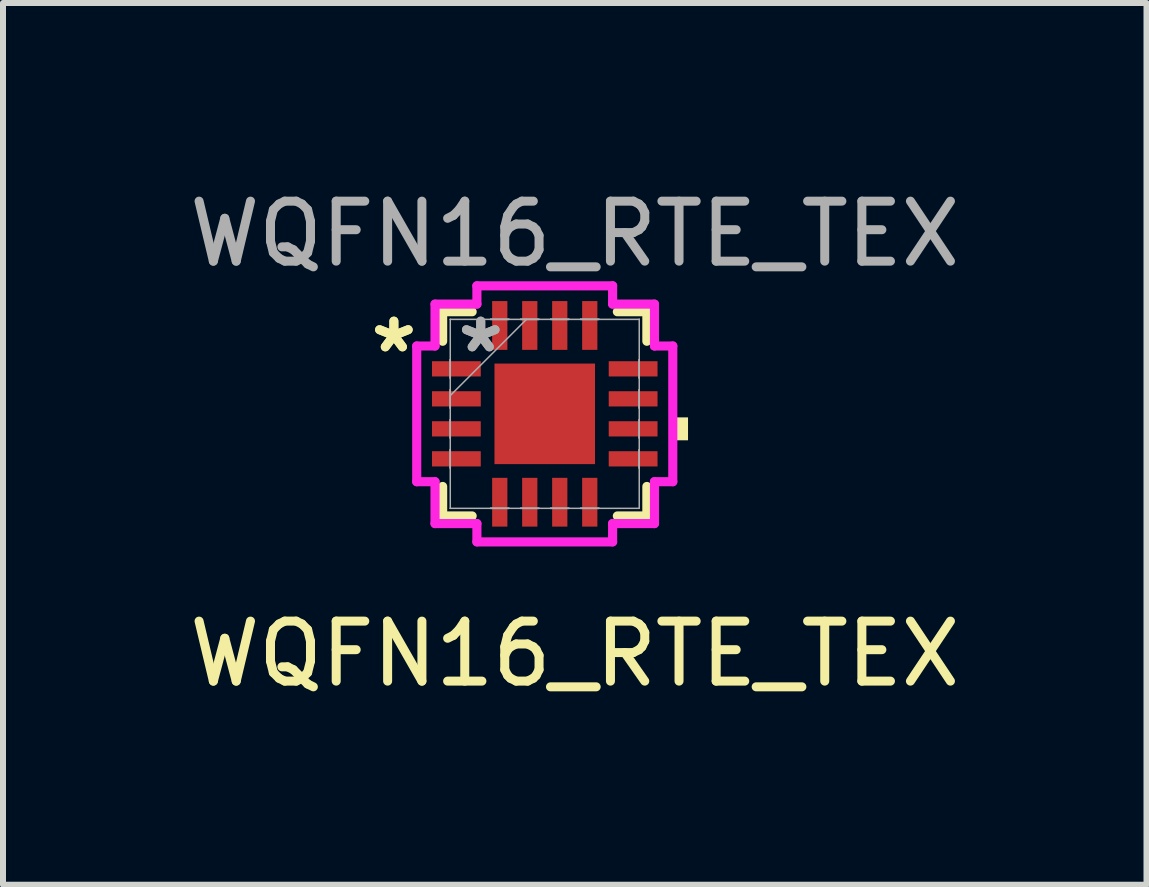
<source format=kicad_pcb>
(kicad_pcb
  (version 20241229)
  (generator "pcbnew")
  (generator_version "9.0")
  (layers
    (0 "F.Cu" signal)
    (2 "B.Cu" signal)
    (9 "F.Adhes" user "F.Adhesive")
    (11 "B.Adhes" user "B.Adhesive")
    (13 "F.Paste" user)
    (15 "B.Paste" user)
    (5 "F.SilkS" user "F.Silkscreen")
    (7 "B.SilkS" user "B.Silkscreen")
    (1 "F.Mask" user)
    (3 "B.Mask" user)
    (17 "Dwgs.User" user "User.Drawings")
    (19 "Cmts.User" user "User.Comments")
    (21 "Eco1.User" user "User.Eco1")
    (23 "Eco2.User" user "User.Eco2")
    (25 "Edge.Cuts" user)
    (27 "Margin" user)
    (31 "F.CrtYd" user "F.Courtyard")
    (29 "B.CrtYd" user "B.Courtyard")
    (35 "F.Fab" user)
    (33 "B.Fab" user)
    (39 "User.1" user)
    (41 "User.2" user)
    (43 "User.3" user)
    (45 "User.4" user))
  (footprint "WQFN16_RTE_TEX"
    (layer "F.Cu")
    (at 6.03 3.848)
    (property "Reference" "WQFN16_RTE_TEX" (at 0.5 4 0) (unlocked yes) (layer "F.SilkS") (effects (font (size 1 1) (thickness 0.15))))
    (attr smd)
    (fp_line (start -1.702 -1.702) (end -1.702 -1.21) (stroke (width 0.152) (type solid)) (layer "F.SilkS"))
    (fp_line (start -1.702 1.21) (end -1.702 1.702) (stroke (width 0.152) (type solid)) (layer "F.SilkS"))
    (fp_line (start -1.702 1.702) (end -1.21 1.702) (stroke (width 0.152) (type solid)) (layer "F.SilkS"))
    (fp_line (start -1.21 -1.702) (end -1.702 -1.702) (stroke (width 0.152) (type solid)) (layer "F.SilkS"))
    (fp_line (start 1.21 1.702) (end 1.702 1.702) (stroke (width 0.152) (type solid)) (layer "F.SilkS"))
    (fp_line (start 1.702 -1.702) (end 1.21 -1.702) (stroke (width 0.152) (type solid)) (layer "F.SilkS"))
    (fp_line (start 1.702 -1.21) (end 1.702 -1.702) (stroke (width 0.152) (type solid)) (layer "F.SilkS"))
    (fp_line (start 1.702 1.702) (end 1.702 1.21) (stroke (width 0.152) (type solid)) (layer "F.SilkS"))
    (fp_poly (pts (xy 2.388 0.059) (xy 2.388 0.441) (xy 2.134 0.441) (xy 2.134 0.059)) (stroke (width 0) (type solid)) (fill yes) (layer "F.SilkS"))
    (fp_line (start -2.134 -1.131) (end -1.829 -1.131) (stroke (width 0.152) (type solid)) (layer "F.CrtYd"))
    (fp_line (start -2.134 1.131) (end -2.134 -1.131) (stroke (width 0.152) (type solid)) (layer "F.CrtYd"))
    (fp_line (start -1.829 -1.829) (end -1.131 -1.829) (stroke (width 0.152) (type solid)) (layer "F.CrtYd"))
    (fp_line (start -1.829 -1.131) (end -1.829 -1.829) (stroke (width 0.152) (type solid)) (layer "F.CrtYd"))
    (fp_line (start -1.829 1.131) (end -2.134 1.131) (stroke (width 0.152) (type solid)) (layer "F.CrtYd"))
    (fp_line (start -1.829 1.829) (end -1.829 1.131) (stroke (width 0.152) (type solid)) (layer "F.CrtYd"))
    (fp_line (start -1.131 -2.134) (end 1.131 -2.134) (stroke (width 0.152) (type solid)) (layer "F.CrtYd"))
    (fp_line (start -1.131 -1.829) (end -1.131 -2.134) (stroke (width 0.152) (type solid)) (layer "F.CrtYd"))
    (fp_line (start -1.131 1.829) (end -1.829 1.829) (stroke (width 0.152) (type solid)) (layer "F.CrtYd"))
    (fp_line (start -1.131 2.134) (end -1.131 1.829) (stroke (width 0.152) (type solid)) (layer "F.CrtYd"))
    (fp_line (start 1.131 -2.134) (end 1.131 -1.829) (stroke (width 0.152) (type solid)) (layer "F.CrtYd"))
    (fp_line (start 1.131 -1.829) (end 1.829 -1.829) (stroke (width 0.152) (type solid)) (layer "F.CrtYd"))
    (fp_line (start 1.131 1.829) (end 1.131 2.134) (stroke (width 0.152) (type solid)) (layer "F.CrtYd"))
    (fp_line (start 1.131 2.134) (end -1.131 2.134) (stroke (width 0.152) (type solid)) (layer "F.CrtYd"))
    (fp_line (start 1.829 -1.829) (end 1.829 -1.131) (stroke (width 0.152) (type solid)) (layer "F.CrtYd"))
    (fp_line (start 1.829 -1.131) (end 2.134 -1.131) (stroke (width 0.152) (type solid)) (layer "F.CrtYd"))
    (fp_line (start 1.829 1.131) (end 1.829 1.829) (stroke (width 0.152) (type solid)) (layer "F.CrtYd"))
    (fp_line (start 1.829 1.829) (end 1.131 1.829) (stroke (width 0.152) (type solid)) (layer "F.CrtYd"))
    (fp_line (start 2.134 -1.131) (end 2.134 1.131) (stroke (width 0.152) (type solid)) (layer "F.CrtYd"))
    (fp_line (start 2.134 1.131) (end 1.829 1.131) (stroke (width 0.152) (type solid)) (layer "F.CrtYd"))
    (fp_line (start -1.575 -1.575) (end -1.575 -1.575) (stroke (width 0.025) (type solid)) (layer "F.Fab"))
    (fp_line (start -1.575 -1.575) (end -1.575 1.575) (stroke (width 0.025) (type solid)) (layer "F.Fab"))
    (fp_line (start -1.575 -0.902) (end -1.575 -0.902) (stroke (width 0.025) (type solid)) (layer "F.Fab"))
    (fp_line (start -1.575 -0.902) (end -1.575 -0.598) (stroke (width 0.025) (type solid)) (layer "F.Fab"))
    (fp_line (start -1.575 -0.598) (end -1.575 -0.902) (stroke (width 0.025) (type solid)) (layer "F.Fab"))
    (fp_line (start -1.575 -0.598) (end -1.575 -0.598) (stroke (width 0.025) (type solid)) (layer "F.Fab"))
    (fp_line (start -1.575 -0.402) (end -1.575 -0.402) (stroke (width 0.025) (type solid)) (layer "F.Fab"))
    (fp_line (start -1.575 -0.402) (end -1.575 -0.098) (stroke (width 0.025) (type solid)) (layer "F.Fab"))
    (fp_line (start -1.575 -0.305) (end -0.305 -1.575) (stroke (width 0.025) (type solid)) (layer "F.Fab"))
    (fp_line (start -1.575 -0.098) (end -1.575 -0.402) (stroke (width 0.025) (type solid)) (layer "F.Fab"))
    (fp_line (start -1.575 -0.098) (end -1.575 -0.098) (stroke (width 0.025) (type solid)) (layer "F.Fab"))
    (fp_line (start -1.575 0.098) (end -1.575 0.098) (stroke (width 0.025) (type solid)) (layer "F.Fab"))
    (fp_line (start -1.575 0.098) (end -1.575 0.402) (stroke (width 0.025) (type solid)) (layer "F.Fab"))
    (fp_line (start -1.575 0.402) (end -1.575 0.098) (stroke (width 0.025) (type solid)) (layer "F.Fab"))
    (fp_line (start -1.575 0.402) (end -1.575 0.402) (stroke (width 0.025) (type solid)) (layer "F.Fab"))
    (fp_line (start -1.575 0.598) (end -1.575 0.598) (stroke (width 0.025) (type solid)) (layer "F.Fab"))
    (fp_line (start -1.575 0.598) (end -1.575 0.902) (stroke (width 0.025) (type solid)) (layer "F.Fab"))
    (fp_line (start -1.575 0.902) (end -1.575 0.598) (stroke (width 0.025) (type solid)) (layer "F.Fab"))
    (fp_line (start -1.575 0.902) (end -1.575 0.902) (stroke (width 0.025) (type solid)) (layer "F.Fab"))
    (fp_line (start -1.575 1.575) (end -1.575 1.575) (stroke (width 0.025) (type solid)) (layer "F.Fab"))
    (fp_line (start -1.575 1.575) (end 1.575 1.575) (stroke (width 0.025) (type solid)) (layer "F.Fab"))
    (fp_line (start -0.902 -1.575) (end -0.902 -1.575) (stroke (width 0.025) (type solid)) (layer "F.Fab"))
    (fp_line (start -0.902 -1.575) (end -0.598 -1.575) (stroke (width 0.025) (type solid)) (layer "F.Fab"))
    (fp_line (start -0.902 1.575) (end -0.902 1.575) (stroke (width 0.025) (type solid)) (layer "F.Fab"))
    (fp_line (start -0.902 1.575) (end -0.598 1.575) (stroke (width 0.025) (type solid)) (layer "F.Fab"))
    (fp_line (start -0.598 -1.575) (end -0.902 -1.575) (stroke (width 0.025) (type solid)) (layer "F.Fab"))
    (fp_line (start -0.598 -1.575) (end -0.598 -1.575) (stroke (width 0.025) (type solid)) (layer "F.Fab"))
    (fp_line (start -0.598 1.575) (end -0.902 1.575) (stroke (width 0.025) (type solid)) (layer "F.Fab"))
    (fp_line (start -0.598 1.575) (end -0.598 1.575) (stroke (width 0.025) (type solid)) (layer "F.Fab"))
    (fp_line (start -0.402 -1.575) (end -0.402 -1.575) (stroke (width 0.025) (type solid)) (layer "F.Fab"))
    (fp_line (start -0.402 -1.575) (end -0.098 -1.575) (stroke (width 0.025) (type solid)) (layer "F.Fab"))
    (fp_line (start -0.402 1.575) (end -0.402 1.575) (stroke (width 0.025) (type solid)) (layer "F.Fab"))
    (fp_line (start -0.402 1.575) (end -0.098 1.575) (stroke (width 0.025) (type solid)) (layer "F.Fab"))
    (fp_line (start -0.098 -1.575) (end -0.402 -1.575) (stroke (width 0.025) (type solid)) (layer "F.Fab"))
    (fp_line (start -0.098 -1.575) (end -0.098 -1.575) (stroke (width 0.025) (type solid)) (layer "F.Fab"))
    (fp_line (start -0.098 1.575) (end -0.402 1.575) (stroke (width 0.025) (type solid)) (layer "F.Fab"))
    (fp_line (start -0.098 1.575) (end -0.098 1.575) (stroke (width 0.025) (type solid)) (layer "F.Fab"))
    (fp_line (start 0.098 -1.575) (end 0.098 -1.575) (stroke (width 0.025) (type solid)) (layer "F.Fab"))
    (fp_line (start 0.098 -1.575) (end 0.402 -1.575) (stroke (width 0.025) (type solid)) (layer "F.Fab"))
    (fp_line (start 0.098 1.575) (end 0.098 1.575) (stroke (width 0.025) (type solid)) (layer "F.Fab"))
    (fp_line (start 0.098 1.575) (end 0.402 1.575) (stroke (width 0.025) (type solid)) (layer "F.Fab"))
    (fp_line (start 0.402 -1.575) (end 0.098 -1.575) (stroke (width 0.025) (type solid)) (layer "F.Fab"))
    (fp_line (start 0.402 -1.575) (end 0.402 -1.575) (stroke (width 0.025) (type solid)) (layer "F.Fab"))
    (fp_line (start 0.402 1.575) (end 0.098 1.575) (stroke (width 0.025) (type solid)) (layer "F.Fab"))
    (fp_line (start 0.402 1.575) (end 0.402 1.575) (stroke (width 0.025) (type solid)) (layer "F.Fab"))
    (fp_line (start 0.598 -1.575) (end 0.598 -1.575) (stroke (width 0.025) (type solid)) (layer "F.Fab"))
    (fp_line (start 0.598 -1.575) (end 0.902 -1.575) (stroke (width 0.025) (type solid)) (layer "F.Fab"))
    (fp_line (start 0.598 1.575) (end 0.598 1.575) (stroke (width 0.025) (type solid)) (layer "F.Fab"))
    (fp_line (start 0.598 1.575) (end 0.902 1.575) (stroke (width 0.025) (type solid)) (layer "F.Fab"))
    (fp_line (start 0.902 -1.575) (end 0.598 -1.575) (stroke (width 0.025) (type solid)) (layer "F.Fab"))
    (fp_line (start 0.902 -1.575) (end 0.902 -1.575) (stroke (width 0.025) (type solid)) (layer "F.Fab"))
    (fp_line (start 0.902 1.575) (end 0.598 1.575) (stroke (width 0.025) (type solid)) (layer "F.Fab"))
    (fp_line (start 0.902 1.575) (end 0.902 1.575) (stroke (width 0.025) (type solid)) (layer "F.Fab"))
    (fp_line (start 1.575 -1.575) (end -1.575 -1.575) (stroke (width 0.025) (type solid)) (layer "F.Fab"))
    (fp_line (start 1.575 -1.575) (end 1.575 -1.575) (stroke (width 0.025) (type solid)) (layer "F.Fab"))
    (fp_line (start 1.575 -0.902) (end 1.575 -0.902) (stroke (width 0.025) (type solid)) (layer "F.Fab"))
    (fp_line (start 1.575 -0.902) (end 1.575 -0.598) (stroke (width 0.025) (type solid)) (layer "F.Fab"))
    (fp_line (start 1.575 -0.598) (end 1.575 -0.902) (stroke (width 0.025) (type solid)) (layer "F.Fab"))
    (fp_line (start 1.575 -0.598) (end 1.575 -0.598) (stroke (width 0.025) (type solid)) (layer "F.Fab"))
    (fp_line (start 1.575 -0.402) (end 1.575 -0.402) (stroke (width 0.025) (type solid)) (layer "F.Fab"))
    (fp_line (start 1.575 -0.402) (end 1.575 -0.098) (stroke (width 0.025) (type solid)) (layer "F.Fab"))
    (fp_line (start 1.575 -0.098) (end 1.575 -0.402) (stroke (width 0.025) (type solid)) (layer "F.Fab"))
    (fp_line (start 1.575 -0.098) (end 1.575 -0.098) (stroke (width 0.025) (type solid)) (layer "F.Fab"))
    (fp_line (start 1.575 0.098) (end 1.575 0.098) (stroke (width 0.025) (type solid)) (layer "F.Fab"))
    (fp_line (start 1.575 0.098) (end 1.575 0.402) (stroke (width 0.025) (type solid)) (layer "F.Fab"))
    (fp_line (start 1.575 0.402) (end 1.575 0.098) (stroke (width 0.025) (type solid)) (layer "F.Fab"))
    (fp_line (start 1.575 0.402) (end 1.575 0.402) (stroke (width 0.025) (type solid)) (layer "F.Fab"))
    (fp_line (start 1.575 0.598) (end 1.575 0.598) (stroke (width 0.025) (type solid)) (layer "F.Fab"))
    (fp_line (start 1.575 0.598) (end 1.575 0.902) (stroke (width 0.025) (type solid)) (layer "F.Fab"))
    (fp_line (start 1.575 0.902) (end 1.575 0.598) (stroke (width 0.025) (type solid)) (layer "F.Fab"))
    (fp_line (start 1.575 0.902) (end 1.575 0.902) (stroke (width 0.025) (type solid)) (layer "F.Fab"))
    (fp_line (start 1.575 1.575) (end 1.575 -1.575) (stroke (width 0.025) (type solid)) (layer "F.Fab"))
    (fp_line (start 1.575 1.575) (end 1.575 1.575) (stroke (width 0.025) (type solid)) (layer "F.Fab"))
    (fp_text user "*" (at -2.515 -1 0) (layer "F.SilkS") (effects (font (size 1 1) (thickness 0.15))))
    (fp_text user "*" (at -2.515 -1 0) (unlocked yes) (layer "F.SilkS") (effects (font (size 1 1) (thickness 0.15))))
    (fp_text user "${REFERENCE}" (at 0.5 -3 0) (unlocked yes) (layer "F.Fab") (effects (font (size 1 1) (thickness 0.15))))
    (fp_text user "*" (at -1.067 -1 0) (unlocked yes) (layer "F.Fab") (effects (font (size 1 1) (thickness 0.15))))
    (fp_text user "*" (at -1.067 -1 0) (layer "F.Fab") (effects (font (size 1 1) (thickness 0.15))))
    (pad "1" smd rect (at -1.473 -0.75 90) (size 0.254 0.813) (layers "F.Cu" "F.Mask" "F.Paste"))
    (pad "2" smd rect (at -1.473 -0.25 90) (size 0.254 0.813) (layers "F.Cu" "F.Mask" "F.Paste"))
    (pad "3" smd rect (at -1.473 0.25 90) (size 0.254 0.813) (layers "F.Cu" "F.Mask" "F.Paste"))
    (pad "4" smd rect (at -1.473 0.75 90) (size 0.254 0.813) (layers "F.Cu" "F.Mask" "F.Paste"))
    (pad "5" smd rect (at -0.75 1.473) (size 0.254 0.813) (layers "F.Cu" "F.Mask" "F.Paste"))
    (pad "6" smd rect (at -0.25 1.473) (size 0.254 0.813) (layers "F.Cu" "F.Mask" "F.Paste"))
    (pad "7" smd rect (at 0.25 1.473) (size 0.254 0.813) (layers "F.Cu" "F.Mask" "F.Paste"))
    (pad "8" smd rect (at 0.75 1.473) (size 0.254 0.813) (layers "F.Cu" "F.Mask" "F.Paste"))
    (pad "9" smd rect (at 1.473 0.75 90) (size 0.254 0.813) (layers "F.Cu" "F.Mask" "F.Paste"))
    (pad "10" smd rect (at 1.473 0.25 90) (size 0.254 0.813) (layers "F.Cu" "F.Mask" "F.Paste"))
    (pad "11" smd rect (at 1.473 -0.25 90) (size 0.254 0.813) (layers "F.Cu" "F.Mask" "F.Paste"))
    (pad "12" smd rect (at 1.473 -0.75 90) (size 0.254 0.813) (layers "F.Cu" "F.Mask" "F.Paste"))
    (pad "13" smd rect (at 0.75 -1.473) (size 0.254 0.813) (layers "F.Cu" "F.Mask" "F.Paste"))
    (pad "14" smd rect (at 0.25 -1.473) (size 0.254 0.813) (layers "F.Cu" "F.Mask" "F.Paste"))
    (pad "15" smd rect (at -0.25 -1.473) (size 0.254 0.813) (layers "F.Cu" "F.Mask" "F.Paste"))
    (pad "16" smd rect (at -0.75 -1.473) (size 0.254 0.813) (layers "F.Cu" "F.Mask" "F.Paste"))
    (pad "17" smd rect (at 0 0) (size 1.676 1.676) (layers "F.Cu" "F.Mask" "F.Paste")))
  (gr_rect
    (start -3 -3)
    (end 16.06 11.697)
    (stroke (width 0.1) (type default))
    (fill no)
    (layer "Edge.Cuts")))
</source>
